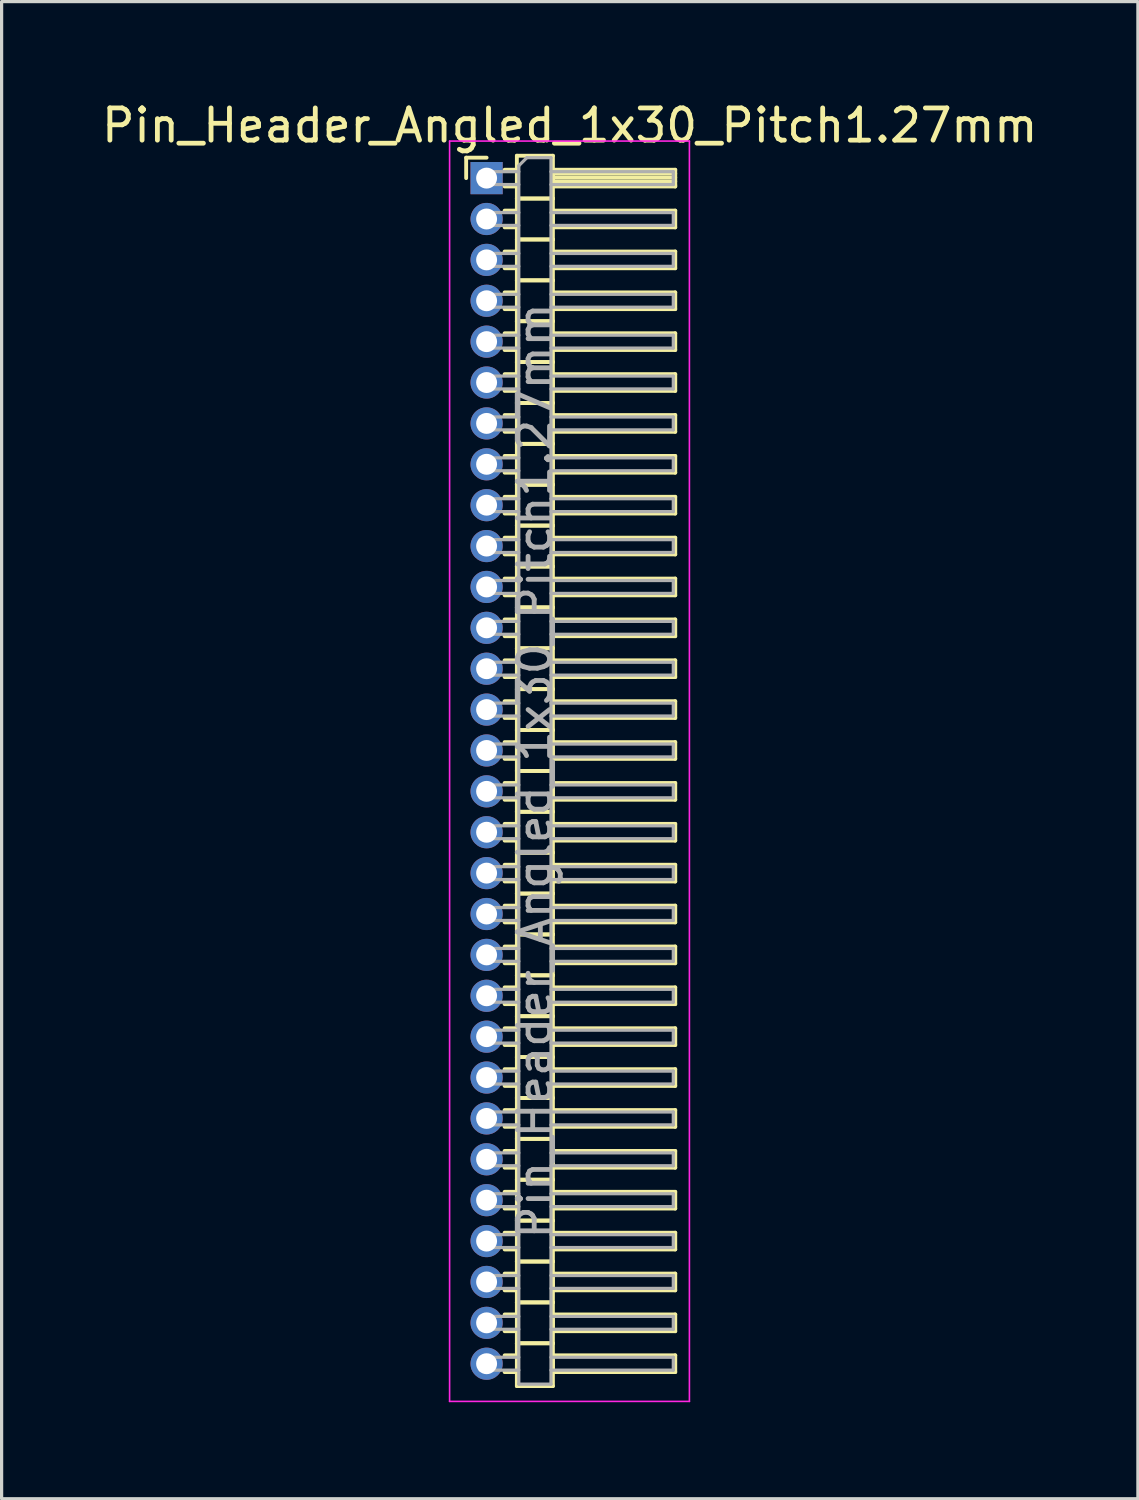
<source format=kicad_pcb>
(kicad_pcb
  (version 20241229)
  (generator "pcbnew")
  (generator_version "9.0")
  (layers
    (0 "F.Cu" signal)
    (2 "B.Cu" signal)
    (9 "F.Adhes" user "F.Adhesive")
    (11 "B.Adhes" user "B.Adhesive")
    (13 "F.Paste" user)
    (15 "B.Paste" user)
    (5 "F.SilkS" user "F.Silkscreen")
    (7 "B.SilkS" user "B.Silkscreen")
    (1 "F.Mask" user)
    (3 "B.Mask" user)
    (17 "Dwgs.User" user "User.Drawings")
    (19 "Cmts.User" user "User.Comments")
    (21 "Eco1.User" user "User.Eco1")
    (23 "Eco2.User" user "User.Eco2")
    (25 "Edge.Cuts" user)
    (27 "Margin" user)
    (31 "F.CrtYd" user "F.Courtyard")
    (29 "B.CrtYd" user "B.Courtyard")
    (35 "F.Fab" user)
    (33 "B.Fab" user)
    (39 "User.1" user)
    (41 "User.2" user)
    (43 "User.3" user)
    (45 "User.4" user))
  (footprint "Pin_Header_Angled_1x30_Pitch1.27mm"
    (layer "F.Cu")
    (at 12.066 2.483)
    (property "Reference" "Pin_Header_Angled_1x30_Pitch1.27mm" (at 2.583 -1.635 0) (layer "F.SilkS") (effects (font (size 1 1) (thickness 0.15))))
    (attr through_hole)
    (fp_line (start -0.635 -0.635) (end 0 -0.635) (stroke (width 0.12) (type solid)) (layer "F.SilkS"))
    (fp_line (start -0.635 0) (end -0.635 -0.635) (stroke (width 0.12) (type solid)) (layer "F.SilkS"))
    (fp_line (start 0.56 -0.26) (end 0.94 -0.26) (stroke (width 0.12) (type solid)) (layer "F.SilkS"))
    (fp_line (start 0.56 0.26) (end 0.94 0.26) (stroke (width 0.12) (type solid)) (layer "F.SilkS"))
    (fp_line (start 0.56 1.01) (end 0.94 1.01) (stroke (width 0.12) (type solid)) (layer "F.SilkS"))
    (fp_line (start 0.56 1.53) (end 0.94 1.53) (stroke (width 0.12) (type solid)) (layer "F.SilkS"))
    (fp_line (start 0.56 2.28) (end 0.94 2.28) (stroke (width 0.12) (type solid)) (layer "F.SilkS"))
    (fp_line (start 0.56 2.8) (end 0.94 2.8) (stroke (width 0.12) (type solid)) (layer "F.SilkS"))
    (fp_line (start 0.56 3.55) (end 0.94 3.55) (stroke (width 0.12) (type solid)) (layer "F.SilkS"))
    (fp_line (start 0.56 4.07) (end 0.94 4.07) (stroke (width 0.12) (type solid)) (layer "F.SilkS"))
    (fp_line (start 0.56 4.82) (end 0.94 4.82) (stroke (width 0.12) (type solid)) (layer "F.SilkS"))
    (fp_line (start 0.56 5.34) (end 0.94 5.34) (stroke (width 0.12) (type solid)) (layer "F.SilkS"))
    (fp_line (start 0.56 6.09) (end 0.94 6.09) (stroke (width 0.12) (type solid)) (layer "F.SilkS"))
    (fp_line (start 0.56 6.61) (end 0.94 6.61) (stroke (width 0.12) (type solid)) (layer "F.SilkS"))
    (fp_line (start 0.56 7.36) (end 0.94 7.36) (stroke (width 0.12) (type solid)) (layer "F.SilkS"))
    (fp_line (start 0.56 7.88) (end 0.94 7.88) (stroke (width 0.12) (type solid)) (layer "F.SilkS"))
    (fp_line (start 0.56 8.63) (end 0.94 8.63) (stroke (width 0.12) (type solid)) (layer "F.SilkS"))
    (fp_line (start 0.56 9.15) (end 0.94 9.15) (stroke (width 0.12) (type solid)) (layer "F.SilkS"))
    (fp_line (start 0.56 9.9) (end 0.94 9.9) (stroke (width 0.12) (type solid)) (layer "F.SilkS"))
    (fp_line (start 0.56 10.42) (end 0.94 10.42) (stroke (width 0.12) (type solid)) (layer "F.SilkS"))
    (fp_line (start 0.56 11.17) (end 0.94 11.17) (stroke (width 0.12) (type solid)) (layer "F.SilkS"))
    (fp_line (start 0.56 11.69) (end 0.94 11.69) (stroke (width 0.12) (type solid)) (layer "F.SilkS"))
    (fp_line (start 0.56 12.44) (end 0.94 12.44) (stroke (width 0.12) (type solid)) (layer "F.SilkS"))
    (fp_line (start 0.56 12.96) (end 0.94 12.96) (stroke (width 0.12) (type solid)) (layer "F.SilkS"))
    (fp_line (start 0.56 13.71) (end 0.94 13.71) (stroke (width 0.12) (type solid)) (layer "F.SilkS"))
    (fp_line (start 0.56 14.23) (end 0.94 14.23) (stroke (width 0.12) (type solid)) (layer "F.SilkS"))
    (fp_line (start 0.56 14.98) (end 0.94 14.98) (stroke (width 0.12) (type solid)) (layer "F.SilkS"))
    (fp_line (start 0.56 15.5) (end 0.94 15.5) (stroke (width 0.12) (type solid)) (layer "F.SilkS"))
    (fp_line (start 0.56 16.25) (end 0.94 16.25) (stroke (width 0.12) (type solid)) (layer "F.SilkS"))
    (fp_line (start 0.56 16.77) (end 0.94 16.77) (stroke (width 0.12) (type solid)) (layer "F.SilkS"))
    (fp_line (start 0.56 17.52) (end 0.94 17.52) (stroke (width 0.12) (type solid)) (layer "F.SilkS"))
    (fp_line (start 0.56 18.04) (end 0.94 18.04) (stroke (width 0.12) (type solid)) (layer "F.SilkS"))
    (fp_line (start 0.56 18.79) (end 0.94 18.79) (stroke (width 0.12) (type solid)) (layer "F.SilkS"))
    (fp_line (start 0.56 19.31) (end 0.94 19.31) (stroke (width 0.12) (type solid)) (layer "F.SilkS"))
    (fp_line (start 0.56 20.06) (end 0.94 20.06) (stroke (width 0.12) (type solid)) (layer "F.SilkS"))
    (fp_line (start 0.56 20.58) (end 0.94 20.58) (stroke (width 0.12) (type solid)) (layer "F.SilkS"))
    (fp_line (start 0.56 21.33) (end 0.94 21.33) (stroke (width 0.12) (type solid)) (layer "F.SilkS"))
    (fp_line (start 0.56 21.85) (end 0.94 21.85) (stroke (width 0.12) (type solid)) (layer "F.SilkS"))
    (fp_line (start 0.56 22.6) (end 0.94 22.6) (stroke (width 0.12) (type solid)) (layer "F.SilkS"))
    (fp_line (start 0.56 23.12) (end 0.94 23.12) (stroke (width 0.12) (type solid)) (layer "F.SilkS"))
    (fp_line (start 0.56 23.87) (end 0.94 23.87) (stroke (width 0.12) (type solid)) (layer "F.SilkS"))
    (fp_line (start 0.56 24.39) (end 0.94 24.39) (stroke (width 0.12) (type solid)) (layer "F.SilkS"))
    (fp_line (start 0.56 25.14) (end 0.94 25.14) (stroke (width 0.12) (type solid)) (layer "F.SilkS"))
    (fp_line (start 0.56 25.66) (end 0.94 25.66) (stroke (width 0.12) (type solid)) (layer "F.SilkS"))
    (fp_line (start 0.56 26.41) (end 0.94 26.41) (stroke (width 0.12) (type solid)) (layer "F.SilkS"))
    (fp_line (start 0.56 26.93) (end 0.94 26.93) (stroke (width 0.12) (type solid)) (layer "F.SilkS"))
    (fp_line (start 0.56 27.68) (end 0.94 27.68) (stroke (width 0.12) (type solid)) (layer "F.SilkS"))
    (fp_line (start 0.56 28.2) (end 0.94 28.2) (stroke (width 0.12) (type solid)) (layer "F.SilkS"))
    (fp_line (start 0.56 28.95) (end 0.94 28.95) (stroke (width 0.12) (type solid)) (layer "F.SilkS"))
    (fp_line (start 0.56 29.47) (end 0.94 29.47) (stroke (width 0.12) (type solid)) (layer "F.SilkS"))
    (fp_line (start 0.56 30.22) (end 0.94 30.22) (stroke (width 0.12) (type solid)) (layer "F.SilkS"))
    (fp_line (start 0.56 30.74) (end 0.94 30.74) (stroke (width 0.12) (type solid)) (layer "F.SilkS"))
    (fp_line (start 0.56 31.49) (end 0.94 31.49) (stroke (width 0.12) (type solid)) (layer "F.SilkS"))
    (fp_line (start 0.56 32.01) (end 0.94 32.01) (stroke (width 0.12) (type solid)) (layer "F.SilkS"))
    (fp_line (start 0.56 32.76) (end 0.94 32.76) (stroke (width 0.12) (type solid)) (layer "F.SilkS"))
    (fp_line (start 0.56 33.28) (end 0.94 33.28) (stroke (width 0.12) (type solid)) (layer "F.SilkS"))
    (fp_line (start 0.56 34.03) (end 0.94 34.03) (stroke (width 0.12) (type solid)) (layer "F.SilkS"))
    (fp_line (start 0.56 34.55) (end 0.94 34.55) (stroke (width 0.12) (type solid)) (layer "F.SilkS"))
    (fp_line (start 0.56 35.3) (end 0.94 35.3) (stroke (width 0.12) (type solid)) (layer "F.SilkS"))
    (fp_line (start 0.56 35.82) (end 0.94 35.82) (stroke (width 0.12) (type solid)) (layer "F.SilkS"))
    (fp_line (start 0.56 36.57) (end 0.94 36.57) (stroke (width 0.12) (type solid)) (layer "F.SilkS"))
    (fp_line (start 0.56 37.09) (end 0.94 37.09) (stroke (width 0.12) (type solid)) (layer "F.SilkS"))
    (fp_line (start 0.94 -0.695) (end 0.94 0.635) (stroke (width 0.12) (type solid)) (layer "F.SilkS"))
    (fp_line (start 0.94 0.635) (end 0.94 1.905) (stroke (width 0.12) (type solid)) (layer "F.SilkS"))
    (fp_line (start 0.94 0.635) (end 2.06 0.635) (stroke (width 0.12) (type solid)) (layer "F.SilkS"))
    (fp_line (start 0.94 1.905) (end 0.94 3.175) (stroke (width 0.12) (type solid)) (layer "F.SilkS"))
    (fp_line (start 0.94 1.905) (end 2.06 1.905) (stroke (width 0.12) (type solid)) (layer "F.SilkS"))
    (fp_line (start 0.94 3.175) (end 0.94 4.445) (stroke (width 0.12) (type solid)) (layer "F.SilkS"))
    (fp_line (start 0.94 3.175) (end 2.06 3.175) (stroke (width 0.12) (type solid)) (layer "F.SilkS"))
    (fp_line (start 0.94 4.445) (end 0.94 5.715) (stroke (width 0.12) (type solid)) (layer "F.SilkS"))
    (fp_line (start 0.94 4.445) (end 2.06 4.445) (stroke (width 0.12) (type solid)) (layer "F.SilkS"))
    (fp_line (start 0.94 5.715) (end 0.94 6.985) (stroke (width 0.12) (type solid)) (layer "F.SilkS"))
    (fp_line (start 0.94 5.715) (end 2.06 5.715) (stroke (width 0.12) (type solid)) (layer "F.SilkS"))
    (fp_line (start 0.94 6.985) (end 0.94 8.255) (stroke (width 0.12) (type solid)) (layer "F.SilkS"))
    (fp_line (start 0.94 6.985) (end 2.06 6.985) (stroke (width 0.12) (type solid)) (layer "F.SilkS"))
    (fp_line (start 0.94 8.255) (end 0.94 9.525) (stroke (width 0.12) (type solid)) (layer "F.SilkS"))
    (fp_line (start 0.94 8.255) (end 2.06 8.255) (stroke (width 0.12) (type solid)) (layer "F.SilkS"))
    (fp_line (start 0.94 9.525) (end 0.94 10.795) (stroke (width 0.12) (type solid)) (layer "F.SilkS"))
    (fp_line (start 0.94 9.525) (end 2.06 9.525) (stroke (width 0.12) (type solid)) (layer "F.SilkS"))
    (fp_line (start 0.94 10.795) (end 0.94 12.065) (stroke (width 0.12) (type solid)) (layer "F.SilkS"))
    (fp_line (start 0.94 10.795) (end 2.06 10.795) (stroke (width 0.12) (type solid)) (layer "F.SilkS"))
    (fp_line (start 0.94 12.065) (end 0.94 13.335) (stroke (width 0.12) (type solid)) (layer "F.SilkS"))
    (fp_line (start 0.94 12.065) (end 2.06 12.065) (stroke (width 0.12) (type solid)) (layer "F.SilkS"))
    (fp_line (start 0.94 13.335) (end 0.94 14.605) (stroke (width 0.12) (type solid)) (layer "F.SilkS"))
    (fp_line (start 0.94 13.335) (end 2.06 13.335) (stroke (width 0.12) (type solid)) (layer "F.SilkS"))
    (fp_line (start 0.94 14.605) (end 0.94 15.875) (stroke (width 0.12) (type solid)) (layer "F.SilkS"))
    (fp_line (start 0.94 14.605) (end 2.06 14.605) (stroke (width 0.12) (type solid)) (layer "F.SilkS"))
    (fp_line (start 0.94 15.875) (end 0.94 17.145) (stroke (width 0.12) (type solid)) (layer "F.SilkS"))
    (fp_line (start 0.94 15.875) (end 2.06 15.875) (stroke (width 0.12) (type solid)) (layer "F.SilkS"))
    (fp_line (start 0.94 17.145) (end 0.94 18.415) (stroke (width 0.12) (type solid)) (layer "F.SilkS"))
    (fp_line (start 0.94 17.145) (end 2.06 17.145) (stroke (width 0.12) (type solid)) (layer "F.SilkS"))
    (fp_line (start 0.94 18.415) (end 0.94 19.685) (stroke (width 0.12) (type solid)) (layer "F.SilkS"))
    (fp_line (start 0.94 18.415) (end 2.06 18.415) (stroke (width 0.12) (type solid)) (layer "F.SilkS"))
    (fp_line (start 0.94 19.685) (end 0.94 20.955) (stroke (width 0.12) (type solid)) (layer "F.SilkS"))
    (fp_line (start 0.94 19.685) (end 2.06 19.685) (stroke (width 0.12) (type solid)) (layer "F.SilkS"))
    (fp_line (start 0.94 20.955) (end 0.94 22.225) (stroke (width 0.12) (type solid)) (layer "F.SilkS"))
    (fp_line (start 0.94 20.955) (end 2.06 20.955) (stroke (width 0.12) (type solid)) (layer "F.SilkS"))
    (fp_line (start 0.94 22.225) (end 0.94 23.495) (stroke (width 0.12) (type solid)) (layer "F.SilkS"))
    (fp_line (start 0.94 22.225) (end 2.06 22.225) (stroke (width 0.12) (type solid)) (layer "F.SilkS"))
    (fp_line (start 0.94 23.495) (end 0.94 24.765) (stroke (width 0.12) (type solid)) (layer "F.SilkS"))
    (fp_line (start 0.94 23.495) (end 2.06 23.495) (stroke (width 0.12) (type solid)) (layer "F.SilkS"))
    (fp_line (start 0.94 24.765) (end 0.94 26.035) (stroke (width 0.12) (type solid)) (layer "F.SilkS"))
    (fp_line (start 0.94 24.765) (end 2.06 24.765) (stroke (width 0.12) (type solid)) (layer "F.SilkS"))
    (fp_line (start 0.94 26.035) (end 0.94 27.305) (stroke (width 0.12) (type solid)) (layer "F.SilkS"))
    (fp_line (start 0.94 26.035) (end 2.06 26.035) (stroke (width 0.12) (type solid)) (layer "F.SilkS"))
    (fp_line (start 0.94 27.305) (end 0.94 28.575) (stroke (width 0.12) (type solid)) (layer "F.SilkS"))
    (fp_line (start 0.94 27.305) (end 2.06 27.305) (stroke (width 0.12) (type solid)) (layer "F.SilkS"))
    (fp_line (start 0.94 28.575) (end 0.94 29.845) (stroke (width 0.12) (type solid)) (layer "F.SilkS"))
    (fp_line (start 0.94 28.575) (end 2.06 28.575) (stroke (width 0.12) (type solid)) (layer "F.SilkS"))
    (fp_line (start 0.94 29.845) (end 0.94 31.115) (stroke (width 0.12) (type solid)) (layer "F.SilkS"))
    (fp_line (start 0.94 29.845) (end 2.06 29.845) (stroke (width 0.12) (type solid)) (layer "F.SilkS"))
    (fp_line (start 0.94 31.115) (end 0.94 32.385) (stroke (width 0.12) (type solid)) (layer "F.SilkS"))
    (fp_line (start 0.94 31.115) (end 2.06 31.115) (stroke (width 0.12) (type solid)) (layer "F.SilkS"))
    (fp_line (start 0.94 32.385) (end 0.94 33.655) (stroke (width 0.12) (type solid)) (layer "F.SilkS"))
    (fp_line (start 0.94 32.385) (end 2.06 32.385) (stroke (width 0.12) (type solid)) (layer "F.SilkS"))
    (fp_line (start 0.94 33.655) (end 0.94 34.925) (stroke (width 0.12) (type solid)) (layer "F.SilkS"))
    (fp_line (start 0.94 33.655) (end 2.06 33.655) (stroke (width 0.12) (type solid)) (layer "F.SilkS"))
    (fp_line (start 0.94 34.925) (end 0.94 36.195) (stroke (width 0.12) (type solid)) (layer "F.SilkS"))
    (fp_line (start 0.94 34.925) (end 2.06 34.925) (stroke (width 0.12) (type solid)) (layer "F.SilkS"))
    (fp_line (start 0.94 36.195) (end 0.94 37.525) (stroke (width 0.12) (type solid)) (layer "F.SilkS"))
    (fp_line (start 0.94 36.195) (end 2.06 36.195) (stroke (width 0.12) (type solid)) (layer "F.SilkS"))
    (fp_line (start 0.94 37.525) (end 2.06 37.525) (stroke (width 0.12) (type solid)) (layer "F.SilkS"))
    (fp_line (start 2.06 -0.695) (end 0.94 -0.695) (stroke (width 0.12) (type solid)) (layer "F.SilkS"))
    (fp_line (start 2.06 -0.26) (end 2.06 0.26) (stroke (width 0.12) (type solid)) (layer "F.SilkS"))
    (fp_line (start 2.06 -0.14) (end 5.86 -0.14) (stroke (width 0.12) (type solid)) (layer "F.SilkS"))
    (fp_line (start 2.06 -0.02) (end 5.86 -0.02) (stroke (width 0.12) (type solid)) (layer "F.SilkS"))
    (fp_line (start 2.06 0.1) (end 5.86 0.1) (stroke (width 0.12) (type solid)) (layer "F.SilkS"))
    (fp_line (start 2.06 0.22) (end 5.86 0.22) (stroke (width 0.12) (type solid)) (layer "F.SilkS"))
    (fp_line (start 2.06 0.26) (end 5.86 0.26) (stroke (width 0.12) (type solid)) (layer "F.SilkS"))
    (fp_line (start 2.06 0.635) (end 0.94 0.635) (stroke (width 0.12) (type solid)) (layer "F.SilkS"))
    (fp_line (start 2.06 0.635) (end 2.06 -0.695) (stroke (width 0.12) (type solid)) (layer "F.SilkS"))
    (fp_line (start 2.06 1.01) (end 2.06 1.53) (stroke (width 0.12) (type solid)) (layer "F.SilkS"))
    (fp_line (start 2.06 1.53) (end 5.86 1.53) (stroke (width 0.12) (type solid)) (layer "F.SilkS"))
    (fp_line (start 2.06 1.905) (end 0.94 1.905) (stroke (width 0.12) (type solid)) (layer "F.SilkS"))
    (fp_line (start 2.06 1.905) (end 2.06 0.635) (stroke (width 0.12) (type solid)) (layer "F.SilkS"))
    (fp_line (start 2.06 2.28) (end 2.06 2.8) (stroke (width 0.12) (type solid)) (layer "F.SilkS"))
    (fp_line (start 2.06 2.8) (end 5.86 2.8) (stroke (width 0.12) (type solid)) (layer "F.SilkS"))
    (fp_line (start 2.06 3.175) (end 0.94 3.175) (stroke (width 0.12) (type solid)) (layer "F.SilkS"))
    (fp_line (start 2.06 3.175) (end 2.06 1.905) (stroke (width 0.12) (type solid)) (layer "F.SilkS"))
    (fp_line (start 2.06 3.55) (end 2.06 4.07) (stroke (width 0.12) (type solid)) (layer "F.SilkS"))
    (fp_line (start 2.06 4.07) (end 5.86 4.07) (stroke (width 0.12) (type solid)) (layer "F.SilkS"))
    (fp_line (start 2.06 4.445) (end 0.94 4.445) (stroke (width 0.12) (type solid)) (layer "F.SilkS"))
    (fp_line (start 2.06 4.445) (end 2.06 3.175) (stroke (width 0.12) (type solid)) (layer "F.SilkS"))
    (fp_line (start 2.06 4.82) (end 2.06 5.34) (stroke (width 0.12) (type solid)) (layer "F.SilkS"))
    (fp_line (start 2.06 5.34) (end 5.86 5.34) (stroke (width 0.12) (type solid)) (layer "F.SilkS"))
    (fp_line (start 2.06 5.715) (end 0.94 5.715) (stroke (width 0.12) (type solid)) (layer "F.SilkS"))
    (fp_line (start 2.06 5.715) (end 2.06 4.445) (stroke (width 0.12) (type solid)) (layer "F.SilkS"))
    (fp_line (start 2.06 6.09) (end 2.06 6.61) (stroke (width 0.12) (type solid)) (layer "F.SilkS"))
    (fp_line (start 2.06 6.61) (end 5.86 6.61) (stroke (width 0.12) (type solid)) (layer "F.SilkS"))
    (fp_line (start 2.06 6.985) (end 0.94 6.985) (stroke (width 0.12) (type solid)) (layer "F.SilkS"))
    (fp_line (start 2.06 6.985) (end 2.06 5.715) (stroke (width 0.12) (type solid)) (layer "F.SilkS"))
    (fp_line (start 2.06 7.36) (end 2.06 7.88) (stroke (width 0.12) (type solid)) (layer "F.SilkS"))
    (fp_line (start 2.06 7.88) (end 5.86 7.88) (stroke (width 0.12) (type solid)) (layer "F.SilkS"))
    (fp_line (start 2.06 8.255) (end 0.94 8.255) (stroke (width 0.12) (type solid)) (layer "F.SilkS"))
    (fp_line (start 2.06 8.255) (end 2.06 6.985) (stroke (width 0.12) (type solid)) (layer "F.SilkS"))
    (fp_line (start 2.06 8.63) (end 2.06 9.15) (stroke (width 0.12) (type solid)) (layer "F.SilkS"))
    (fp_line (start 2.06 9.15) (end 5.86 9.15) (stroke (width 0.12) (type solid)) (layer "F.SilkS"))
    (fp_line (start 2.06 9.525) (end 0.94 9.525) (stroke (width 0.12) (type solid)) (layer "F.SilkS"))
    (fp_line (start 2.06 9.525) (end 2.06 8.255) (stroke (width 0.12) (type solid)) (layer "F.SilkS"))
    (fp_line (start 2.06 9.9) (end 2.06 10.42) (stroke (width 0.12) (type solid)) (layer "F.SilkS"))
    (fp_line (start 2.06 10.42) (end 5.86 10.42) (stroke (width 0.12) (type solid)) (layer "F.SilkS"))
    (fp_line (start 2.06 10.795) (end 0.94 10.795) (stroke (width 0.12) (type solid)) (layer "F.SilkS"))
    (fp_line (start 2.06 10.795) (end 2.06 9.525) (stroke (width 0.12) (type solid)) (layer "F.SilkS"))
    (fp_line (start 2.06 11.17) (end 2.06 11.69) (stroke (width 0.12) (type solid)) (layer "F.SilkS"))
    (fp_line (start 2.06 11.69) (end 5.86 11.69) (stroke (width 0.12) (type solid)) (layer "F.SilkS"))
    (fp_line (start 2.06 12.065) (end 0.94 12.065) (stroke (width 0.12) (type solid)) (layer "F.SilkS"))
    (fp_line (start 2.06 12.065) (end 2.06 10.795) (stroke (width 0.12) (type solid)) (layer "F.SilkS"))
    (fp_line (start 2.06 12.44) (end 2.06 12.96) (stroke (width 0.12) (type solid)) (layer "F.SilkS"))
    (fp_line (start 2.06 12.96) (end 5.86 12.96) (stroke (width 0.12) (type solid)) (layer "F.SilkS"))
    (fp_line (start 2.06 13.335) (end 0.94 13.335) (stroke (width 0.12) (type solid)) (layer "F.SilkS"))
    (fp_line (start 2.06 13.335) (end 2.06 12.065) (stroke (width 0.12) (type solid)) (layer "F.SilkS"))
    (fp_line (start 2.06 13.71) (end 2.06 14.23) (stroke (width 0.12) (type solid)) (layer "F.SilkS"))
    (fp_line (start 2.06 14.23) (end 5.86 14.23) (stroke (width 0.12) (type solid)) (layer "F.SilkS"))
    (fp_line (start 2.06 14.605) (end 0.94 14.605) (stroke (width 0.12) (type solid)) (layer "F.SilkS"))
    (fp_line (start 2.06 14.605) (end 2.06 13.335) (stroke (width 0.12) (type solid)) (layer "F.SilkS"))
    (fp_line (start 2.06 14.98) (end 2.06 15.5) (stroke (width 0.12) (type solid)) (layer "F.SilkS"))
    (fp_line (start 2.06 15.5) (end 5.86 15.5) (stroke (width 0.12) (type solid)) (layer "F.SilkS"))
    (fp_line (start 2.06 15.875) (end 0.94 15.875) (stroke (width 0.12) (type solid)) (layer "F.SilkS"))
    (fp_line (start 2.06 15.875) (end 2.06 14.605) (stroke (width 0.12) (type solid)) (layer "F.SilkS"))
    (fp_line (start 2.06 16.25) (end 2.06 16.77) (stroke (width 0.12) (type solid)) (layer "F.SilkS"))
    (fp_line (start 2.06 16.77) (end 5.86 16.77) (stroke (width 0.12) (type solid)) (layer "F.SilkS"))
    (fp_line (start 2.06 17.145) (end 0.94 17.145) (stroke (width 0.12) (type solid)) (layer "F.SilkS"))
    (fp_line (start 2.06 17.145) (end 2.06 15.875) (stroke (width 0.12) (type solid)) (layer "F.SilkS"))
    (fp_line (start 2.06 17.52) (end 2.06 18.04) (stroke (width 0.12) (type solid)) (layer "F.SilkS"))
    (fp_line (start 2.06 18.04) (end 5.86 18.04) (stroke (width 0.12) (type solid)) (layer "F.SilkS"))
    (fp_line (start 2.06 18.415) (end 0.94 18.415) (stroke (width 0.12) (type solid)) (layer "F.SilkS"))
    (fp_line (start 2.06 18.415) (end 2.06 17.145) (stroke (width 0.12) (type solid)) (layer "F.SilkS"))
    (fp_line (start 2.06 18.79) (end 2.06 19.31) (stroke (width 0.12) (type solid)) (layer "F.SilkS"))
    (fp_line (start 2.06 19.31) (end 5.86 19.31) (stroke (width 0.12) (type solid)) (layer "F.SilkS"))
    (fp_line (start 2.06 19.685) (end 0.94 19.685) (stroke (width 0.12) (type solid)) (layer "F.SilkS"))
    (fp_line (start 2.06 19.685) (end 2.06 18.415) (stroke (width 0.12) (type solid)) (layer "F.SilkS"))
    (fp_line (start 2.06 20.06) (end 2.06 20.58) (stroke (width 0.12) (type solid)) (layer "F.SilkS"))
    (fp_line (start 2.06 20.58) (end 5.86 20.58) (stroke (width 0.12) (type solid)) (layer "F.SilkS"))
    (fp_line (start 2.06 20.955) (end 0.94 20.955) (stroke (width 0.12) (type solid)) (layer "F.SilkS"))
    (fp_line (start 2.06 20.955) (end 2.06 19.685) (stroke (width 0.12) (type solid)) (layer "F.SilkS"))
    (fp_line (start 2.06 21.33) (end 2.06 21.85) (stroke (width 0.12) (type solid)) (layer "F.SilkS"))
    (fp_line (start 2.06 21.85) (end 5.86 21.85) (stroke (width 0.12) (type solid)) (layer "F.SilkS"))
    (fp_line (start 2.06 22.225) (end 0.94 22.225) (stroke (width 0.12) (type solid)) (layer "F.SilkS"))
    (fp_line (start 2.06 22.225) (end 2.06 20.955) (stroke (width 0.12) (type solid)) (layer "F.SilkS"))
    (fp_line (start 2.06 22.6) (end 2.06 23.12) (stroke (width 0.12) (type solid)) (layer "F.SilkS"))
    (fp_line (start 2.06 23.12) (end 5.86 23.12) (stroke (width 0.12) (type solid)) (layer "F.SilkS"))
    (fp_line (start 2.06 23.495) (end 0.94 23.495) (stroke (width 0.12) (type solid)) (layer "F.SilkS"))
    (fp_line (start 2.06 23.495) (end 2.06 22.225) (stroke (width 0.12) (type solid)) (layer "F.SilkS"))
    (fp_line (start 2.06 23.87) (end 2.06 24.39) (stroke (width 0.12) (type solid)) (layer "F.SilkS"))
    (fp_line (start 2.06 24.39) (end 5.86 24.39) (stroke (width 0.12) (type solid)) (layer "F.SilkS"))
    (fp_line (start 2.06 24.765) (end 0.94 24.765) (stroke (width 0.12) (type solid)) (layer "F.SilkS"))
    (fp_line (start 2.06 24.765) (end 2.06 23.495) (stroke (width 0.12) (type solid)) (layer "F.SilkS"))
    (fp_line (start 2.06 25.14) (end 2.06 25.66) (stroke (width 0.12) (type solid)) (layer "F.SilkS"))
    (fp_line (start 2.06 25.66) (end 5.86 25.66) (stroke (width 0.12) (type solid)) (layer "F.SilkS"))
    (fp_line (start 2.06 26.035) (end 0.94 26.035) (stroke (width 0.12) (type solid)) (layer "F.SilkS"))
    (fp_line (start 2.06 26.035) (end 2.06 24.765) (stroke (width 0.12) (type solid)) (layer "F.SilkS"))
    (fp_line (start 2.06 26.41) (end 2.06 26.93) (stroke (width 0.12) (type solid)) (layer "F.SilkS"))
    (fp_line (start 2.06 26.93) (end 5.86 26.93) (stroke (width 0.12) (type solid)) (layer "F.SilkS"))
    (fp_line (start 2.06 27.305) (end 0.94 27.305) (stroke (width 0.12) (type solid)) (layer "F.SilkS"))
    (fp_line (start 2.06 27.305) (end 2.06 26.035) (stroke (width 0.12) (type solid)) (layer "F.SilkS"))
    (fp_line (start 2.06 27.68) (end 2.06 28.2) (stroke (width 0.12) (type solid)) (layer "F.SilkS"))
    (fp_line (start 2.06 28.2) (end 5.86 28.2) (stroke (width 0.12) (type solid)) (layer "F.SilkS"))
    (fp_line (start 2.06 28.575) (end 0.94 28.575) (stroke (width 0.12) (type solid)) (layer "F.SilkS"))
    (fp_line (start 2.06 28.575) (end 2.06 27.305) (stroke (width 0.12) (type solid)) (layer "F.SilkS"))
    (fp_line (start 2.06 28.95) (end 2.06 29.47) (stroke (width 0.12) (type solid)) (layer "F.SilkS"))
    (fp_line (start 2.06 29.47) (end 5.86 29.47) (stroke (width 0.12) (type solid)) (layer "F.SilkS"))
    (fp_line (start 2.06 29.845) (end 0.94 29.845) (stroke (width 0.12) (type solid)) (layer "F.SilkS"))
    (fp_line (start 2.06 29.845) (end 2.06 28.575) (stroke (width 0.12) (type solid)) (layer "F.SilkS"))
    (fp_line (start 2.06 30.22) (end 2.06 30.74) (stroke (width 0.12) (type solid)) (layer "F.SilkS"))
    (fp_line (start 2.06 30.74) (end 5.86 30.74) (stroke (width 0.12) (type solid)) (layer "F.SilkS"))
    (fp_line (start 2.06 31.115) (end 0.94 31.115) (stroke (width 0.12) (type solid)) (layer "F.SilkS"))
    (fp_line (start 2.06 31.115) (end 2.06 29.845) (stroke (width 0.12) (type solid)) (layer "F.SilkS"))
    (fp_line (start 2.06 31.49) (end 2.06 32.01) (stroke (width 0.12) (type solid)) (layer "F.SilkS"))
    (fp_line (start 2.06 32.01) (end 5.86 32.01) (stroke (width 0.12) (type solid)) (layer "F.SilkS"))
    (fp_line (start 2.06 32.385) (end 0.94 32.385) (stroke (width 0.12) (type solid)) (layer "F.SilkS"))
    (fp_line (start 2.06 32.385) (end 2.06 31.115) (stroke (width 0.12) (type solid)) (layer "F.SilkS"))
    (fp_line (start 2.06 32.76) (end 2.06 33.28) (stroke (width 0.12) (type solid)) (layer "F.SilkS"))
    (fp_line (start 2.06 33.28) (end 5.86 33.28) (stroke (width 0.12) (type solid)) (layer "F.SilkS"))
    (fp_line (start 2.06 33.655) (end 0.94 33.655) (stroke (width 0.12) (type solid)) (layer "F.SilkS"))
    (fp_line (start 2.06 33.655) (end 2.06 32.385) (stroke (width 0.12) (type solid)) (layer "F.SilkS"))
    (fp_line (start 2.06 34.03) (end 2.06 34.55) (stroke (width 0.12) (type solid)) (layer "F.SilkS"))
    (fp_line (start 2.06 34.55) (end 5.86 34.55) (stroke (width 0.12) (type solid)) (layer "F.SilkS"))
    (fp_line (start 2.06 34.925) (end 0.94 34.925) (stroke (width 0.12) (type solid)) (layer "F.SilkS"))
    (fp_line (start 2.06 34.925) (end 2.06 33.655) (stroke (width 0.12) (type solid)) (layer "F.SilkS"))
    (fp_line (start 2.06 35.3) (end 2.06 35.82) (stroke (width 0.12) (type solid)) (layer "F.SilkS"))
    (fp_line (start 2.06 35.82) (end 5.86 35.82) (stroke (width 0.12) (type solid)) (layer "F.SilkS"))
    (fp_line (start 2.06 36.195) (end 0.94 36.195) (stroke (width 0.12) (type solid)) (layer "F.SilkS"))
    (fp_line (start 2.06 36.195) (end 2.06 34.925) (stroke (width 0.12) (type solid)) (layer "F.SilkS"))
    (fp_line (start 2.06 36.57) (end 2.06 37.09) (stroke (width 0.12) (type solid)) (layer "F.SilkS"))
    (fp_line (start 2.06 37.09) (end 5.86 37.09) (stroke (width 0.12) (type solid)) (layer "F.SilkS"))
    (fp_line (start 2.06 37.525) (end 2.06 36.195) (stroke (width 0.12) (type solid)) (layer "F.SilkS"))
    (fp_line (start 5.86 -0.26) (end 2.06 -0.26) (stroke (width 0.12) (type solid)) (layer "F.SilkS"))
    (fp_line (start 5.86 0.26) (end 5.86 -0.26) (stroke (width 0.12) (type solid)) (layer "F.SilkS"))
    (fp_line (start 5.86 1.01) (end 2.06 1.01) (stroke (width 0.12) (type solid)) (layer "F.SilkS"))
    (fp_line (start 5.86 1.53) (end 5.86 1.01) (stroke (width 0.12) (type solid)) (layer "F.SilkS"))
    (fp_line (start 5.86 2.28) (end 2.06 2.28) (stroke (width 0.12) (type solid)) (layer "F.SilkS"))
    (fp_line (start 5.86 2.8) (end 5.86 2.28) (stroke (width 0.12) (type solid)) (layer "F.SilkS"))
    (fp_line (start 5.86 3.55) (end 2.06 3.55) (stroke (width 0.12) (type solid)) (layer "F.SilkS"))
    (fp_line (start 5.86 4.07) (end 5.86 3.55) (stroke (width 0.12) (type solid)) (layer "F.SilkS"))
    (fp_line (start 5.86 4.82) (end 2.06 4.82) (stroke (width 0.12) (type solid)) (layer "F.SilkS"))
    (fp_line (start 5.86 5.34) (end 5.86 4.82) (stroke (width 0.12) (type solid)) (layer "F.SilkS"))
    (fp_line (start 5.86 6.09) (end 2.06 6.09) (stroke (width 0.12) (type solid)) (layer "F.SilkS"))
    (fp_line (start 5.86 6.61) (end 5.86 6.09) (stroke (width 0.12) (type solid)) (layer "F.SilkS"))
    (fp_line (start 5.86 7.36) (end 2.06 7.36) (stroke (width 0.12) (type solid)) (layer "F.SilkS"))
    (fp_line (start 5.86 7.88) (end 5.86 7.36) (stroke (width 0.12) (type solid)) (layer "F.SilkS"))
    (fp_line (start 5.86 8.63) (end 2.06 8.63) (stroke (width 0.12) (type solid)) (layer "F.SilkS"))
    (fp_line (start 5.86 9.15) (end 5.86 8.63) (stroke (width 0.12) (type solid)) (layer "F.SilkS"))
    (fp_line (start 5.86 9.9) (end 2.06 9.9) (stroke (width 0.12) (type solid)) (layer "F.SilkS"))
    (fp_line (start 5.86 10.42) (end 5.86 9.9) (stroke (width 0.12) (type solid)) (layer "F.SilkS"))
    (fp_line (start 5.86 11.17) (end 2.06 11.17) (stroke (width 0.12) (type solid)) (layer "F.SilkS"))
    (fp_line (start 5.86 11.69) (end 5.86 11.17) (stroke (width 0.12) (type solid)) (layer "F.SilkS"))
    (fp_line (start 5.86 12.44) (end 2.06 12.44) (stroke (width 0.12) (type solid)) (layer "F.SilkS"))
    (fp_line (start 5.86 12.96) (end 5.86 12.44) (stroke (width 0.12) (type solid)) (layer "F.SilkS"))
    (fp_line (start 5.86 13.71) (end 2.06 13.71) (stroke (width 0.12) (type solid)) (layer "F.SilkS"))
    (fp_line (start 5.86 14.23) (end 5.86 13.71) (stroke (width 0.12) (type solid)) (layer "F.SilkS"))
    (fp_line (start 5.86 14.98) (end 2.06 14.98) (stroke (width 0.12) (type solid)) (layer "F.SilkS"))
    (fp_line (start 5.86 15.5) (end 5.86 14.98) (stroke (width 0.12) (type solid)) (layer "F.SilkS"))
    (fp_line (start 5.86 16.25) (end 2.06 16.25) (stroke (width 0.12) (type solid)) (layer "F.SilkS"))
    (fp_line (start 5.86 16.77) (end 5.86 16.25) (stroke (width 0.12) (type solid)) (layer "F.SilkS"))
    (fp_line (start 5.86 17.52) (end 2.06 17.52) (stroke (width 0.12) (type solid)) (layer "F.SilkS"))
    (fp_line (start 5.86 18.04) (end 5.86 17.52) (stroke (width 0.12) (type solid)) (layer "F.SilkS"))
    (fp_line (start 5.86 18.79) (end 2.06 18.79) (stroke (width 0.12) (type solid)) (layer "F.SilkS"))
    (fp_line (start 5.86 19.31) (end 5.86 18.79) (stroke (width 0.12) (type solid)) (layer "F.SilkS"))
    (fp_line (start 5.86 20.06) (end 2.06 20.06) (stroke (width 0.12) (type solid)) (layer "F.SilkS"))
    (fp_line (start 5.86 20.58) (end 5.86 20.06) (stroke (width 0.12) (type solid)) (layer "F.SilkS"))
    (fp_line (start 5.86 21.33) (end 2.06 21.33) (stroke (width 0.12) (type solid)) (layer "F.SilkS"))
    (fp_line (start 5.86 21.85) (end 5.86 21.33) (stroke (width 0.12) (type solid)) (layer "F.SilkS"))
    (fp_line (start 5.86 22.6) (end 2.06 22.6) (stroke (width 0.12) (type solid)) (layer "F.SilkS"))
    (fp_line (start 5.86 23.12) (end 5.86 22.6) (stroke (width 0.12) (type solid)) (layer "F.SilkS"))
    (fp_line (start 5.86 23.87) (end 2.06 23.87) (stroke (width 0.12) (type solid)) (layer "F.SilkS"))
    (fp_line (start 5.86 24.39) (end 5.86 23.87) (stroke (width 0.12) (type solid)) (layer "F.SilkS"))
    (fp_line (start 5.86 25.14) (end 2.06 25.14) (stroke (width 0.12) (type solid)) (layer "F.SilkS"))
    (fp_line (start 5.86 25.66) (end 5.86 25.14) (stroke (width 0.12) (type solid)) (layer "F.SilkS"))
    (fp_line (start 5.86 26.41) (end 2.06 26.41) (stroke (width 0.12) (type solid)) (layer "F.SilkS"))
    (fp_line (start 5.86 26.93) (end 5.86 26.41) (stroke (width 0.12) (type solid)) (layer "F.SilkS"))
    (fp_line (start 5.86 27.68) (end 2.06 27.68) (stroke (width 0.12) (type solid)) (layer "F.SilkS"))
    (fp_line (start 5.86 28.2) (end 5.86 27.68) (stroke (width 0.12) (type solid)) (layer "F.SilkS"))
    (fp_line (start 5.86 28.95) (end 2.06 28.95) (stroke (width 0.12) (type solid)) (layer "F.SilkS"))
    (fp_line (start 5.86 29.47) (end 5.86 28.95) (stroke (width 0.12) (type solid)) (layer "F.SilkS"))
    (fp_line (start 5.86 30.22) (end 2.06 30.22) (stroke (width 0.12) (type solid)) (layer "F.SilkS"))
    (fp_line (start 5.86 30.74) (end 5.86 30.22) (stroke (width 0.12) (type solid)) (layer "F.SilkS"))
    (fp_line (start 5.86 31.49) (end 2.06 31.49) (stroke (width 0.12) (type solid)) (layer "F.SilkS"))
    (fp_line (start 5.86 32.01) (end 5.86 31.49) (stroke (width 0.12) (type solid)) (layer "F.SilkS"))
    (fp_line (start 5.86 32.76) (end 2.06 32.76) (stroke (width 0.12) (type solid)) (layer "F.SilkS"))
    (fp_line (start 5.86 33.28) (end 5.86 32.76) (stroke (width 0.12) (type solid)) (layer "F.SilkS"))
    (fp_line (start 5.86 34.03) (end 2.06 34.03) (stroke (width 0.12) (type solid)) (layer "F.SilkS"))
    (fp_line (start 5.86 34.55) (end 5.86 34.03) (stroke (width 0.12) (type solid)) (layer "F.SilkS"))
    (fp_line (start 5.86 35.3) (end 2.06 35.3) (stroke (width 0.12) (type solid)) (layer "F.SilkS"))
    (fp_line (start 5.86 35.82) (end 5.86 35.3) (stroke (width 0.12) (type solid)) (layer "F.SilkS"))
    (fp_line (start 5.86 36.57) (end 2.06 36.57) (stroke (width 0.12) (type solid)) (layer "F.SilkS"))
    (fp_line (start 5.86 37.09) (end 5.86 36.57) (stroke (width 0.12) (type solid)) (layer "F.SilkS"))
    (fp_line (start -1.15 -1.15) (end -1.15 38) (stroke (width 0.05) (type solid)) (layer "F.CrtYd"))
    (fp_line (start -1.15 38) (end 6.3 38) (stroke (width 0.05) (type solid)) (layer "F.CrtYd"))
    (fp_line (start 6.3 -1.15) (end -1.15 -1.15) (stroke (width 0.05) (type solid)) (layer "F.CrtYd"))
    (fp_line (start 6.3 38) (end 6.3 -1.15) (stroke (width 0.05) (type solid)) (layer "F.CrtYd"))
    (fp_line (start -0.2 -0.2) (end -0.2 0.2) (stroke (width 0.1) (type solid)) (layer "F.Fab"))
    (fp_line (start -0.2 -0.2) (end 1 -0.2) (stroke (width 0.1) (type solid)) (layer "F.Fab"))
    (fp_line (start -0.2 0.2) (end 1 0.2) (stroke (width 0.1) (type solid)) (layer "F.Fab"))
    (fp_line (start -0.2 1.07) (end -0.2 1.47) (stroke (width 0.1) (type solid)) (layer "F.Fab"))
    (fp_line (start -0.2 1.07) (end 1 1.07) (stroke (width 0.1) (type solid)) (layer "F.Fab"))
    (fp_line (start -0.2 1.47) (end 1 1.47) (stroke (width 0.1) (type solid)) (layer "F.Fab"))
    (fp_line (start -0.2 2.34) (end -0.2 2.74) (stroke (width 0.1) (type solid)) (layer "F.Fab"))
    (fp_line (start -0.2 2.34) (end 1 2.34) (stroke (width 0.1) (type solid)) (layer "F.Fab"))
    (fp_line (start -0.2 2.74) (end 1 2.74) (stroke (width 0.1) (type solid)) (layer "F.Fab"))
    (fp_line (start -0.2 3.61) (end -0.2 4.01) (stroke (width 0.1) (type solid)) (layer "F.Fab"))
    (fp_line (start -0.2 3.61) (end 1 3.61) (stroke (width 0.1) (type solid)) (layer "F.Fab"))
    (fp_line (start -0.2 4.01) (end 1 4.01) (stroke (width 0.1) (type solid)) (layer "F.Fab"))
    (fp_line (start -0.2 4.88) (end -0.2 5.28) (stroke (width 0.1) (type solid)) (layer "F.Fab"))
    (fp_line (start -0.2 4.88) (end 1 4.88) (stroke (width 0.1) (type solid)) (layer "F.Fab"))
    (fp_line (start -0.2 5.28) (end 1 5.28) (stroke (width 0.1) (type solid)) (layer "F.Fab"))
    (fp_line (start -0.2 6.15) (end -0.2 6.55) (stroke (width 0.1) (type solid)) (layer "F.Fab"))
    (fp_line (start -0.2 6.15) (end 1 6.15) (stroke (width 0.1) (type solid)) (layer "F.Fab"))
    (fp_line (start -0.2 6.55) (end 1 6.55) (stroke (width 0.1) (type solid)) (layer "F.Fab"))
    (fp_line (start -0.2 7.42) (end -0.2 7.82) (stroke (width 0.1) (type solid)) (layer "F.Fab"))
    (fp_line (start -0.2 7.42) (end 1 7.42) (stroke (width 0.1) (type solid)) (layer "F.Fab"))
    (fp_line (start -0.2 7.82) (end 1 7.82) (stroke (width 0.1) (type solid)) (layer "F.Fab"))
    (fp_line (start -0.2 8.69) (end -0.2 9.09) (stroke (width 0.1) (type solid)) (layer "F.Fab"))
    (fp_line (start -0.2 8.69) (end 1 8.69) (stroke (width 0.1) (type solid)) (layer "F.Fab"))
    (fp_line (start -0.2 9.09) (end 1 9.09) (stroke (width 0.1) (type solid)) (layer "F.Fab"))
    (fp_line (start -0.2 9.96) (end -0.2 10.36) (stroke (width 0.1) (type solid)) (layer "F.Fab"))
    (fp_line (start -0.2 9.96) (end 1 9.96) (stroke (width 0.1) (type solid)) (layer "F.Fab"))
    (fp_line (start -0.2 10.36) (end 1 10.36) (stroke (width 0.1) (type solid)) (layer "F.Fab"))
    (fp_line (start -0.2 11.23) (end -0.2 11.63) (stroke (width 0.1) (type solid)) (layer "F.Fab"))
    (fp_line (start -0.2 11.23) (end 1 11.23) (stroke (width 0.1) (type solid)) (layer "F.Fab"))
    (fp_line (start -0.2 11.63) (end 1 11.63) (stroke (width 0.1) (type solid)) (layer "F.Fab"))
    (fp_line (start -0.2 12.5) (end -0.2 12.9) (stroke (width 0.1) (type solid)) (layer "F.Fab"))
    (fp_line (start -0.2 12.5) (end 1 12.5) (stroke (width 0.1) (type solid)) (layer "F.Fab"))
    (fp_line (start -0.2 12.9) (end 1 12.9) (stroke (width 0.1) (type solid)) (layer "F.Fab"))
    (fp_line (start -0.2 13.77) (end -0.2 14.17) (stroke (width 0.1) (type solid)) (layer "F.Fab"))
    (fp_line (start -0.2 13.77) (end 1 13.77) (stroke (width 0.1) (type solid)) (layer "F.Fab"))
    (fp_line (start -0.2 14.17) (end 1 14.17) (stroke (width 0.1) (type solid)) (layer "F.Fab"))
    (fp_line (start -0.2 15.04) (end -0.2 15.44) (stroke (width 0.1) (type solid)) (layer "F.Fab"))
    (fp_line (start -0.2 15.04) (end 1 15.04) (stroke (width 0.1) (type solid)) (layer "F.Fab"))
    (fp_line (start -0.2 15.44) (end 1 15.44) (stroke (width 0.1) (type solid)) (layer "F.Fab"))
    (fp_line (start -0.2 16.31) (end -0.2 16.71) (stroke (width 0.1) (type solid)) (layer "F.Fab"))
    (fp_line (start -0.2 16.31) (end 1 16.31) (stroke (width 0.1) (type solid)) (layer "F.Fab"))
    (fp_line (start -0.2 16.71) (end 1 16.71) (stroke (width 0.1) (type solid)) (layer "F.Fab"))
    (fp_line (start -0.2 17.58) (end -0.2 17.98) (stroke (width 0.1) (type solid)) (layer "F.Fab"))
    (fp_line (start -0.2 17.58) (end 1 17.58) (stroke (width 0.1) (type solid)) (layer "F.Fab"))
    (fp_line (start -0.2 17.98) (end 1 17.98) (stroke (width 0.1) (type solid)) (layer "F.Fab"))
    (fp_line (start -0.2 18.85) (end -0.2 19.25) (stroke (width 0.1) (type solid)) (layer "F.Fab"))
    (fp_line (start -0.2 18.85) (end 1 18.85) (stroke (width 0.1) (type solid)) (layer "F.Fab"))
    (fp_line (start -0.2 19.25) (end 1 19.25) (stroke (width 0.1) (type solid)) (layer "F.Fab"))
    (fp_line (start -0.2 20.12) (end -0.2 20.52) (stroke (width 0.1) (type solid)) (layer "F.Fab"))
    (fp_line (start -0.2 20.12) (end 1 20.12) (stroke (width 0.1) (type solid)) (layer "F.Fab"))
    (fp_line (start -0.2 20.52) (end 1 20.52) (stroke (width 0.1) (type solid)) (layer "F.Fab"))
    (fp_line (start -0.2 21.39) (end -0.2 21.79) (stroke (width 0.1) (type solid)) (layer "F.Fab"))
    (fp_line (start -0.2 21.39) (end 1 21.39) (stroke (width 0.1) (type solid)) (layer "F.Fab"))
    (fp_line (start -0.2 21.79) (end 1 21.79) (stroke (width 0.1) (type solid)) (layer "F.Fab"))
    (fp_line (start -0.2 22.66) (end -0.2 23.06) (stroke (width 0.1) (type solid)) (layer "F.Fab"))
    (fp_line (start -0.2 22.66) (end 1 22.66) (stroke (width 0.1) (type solid)) (layer "F.Fab"))
    (fp_line (start -0.2 23.06) (end 1 23.06) (stroke (width 0.1) (type solid)) (layer "F.Fab"))
    (fp_line (start -0.2 23.93) (end -0.2 24.33) (stroke (width 0.1) (type solid)) (layer "F.Fab"))
    (fp_line (start -0.2 23.93) (end 1 23.93) (stroke (width 0.1) (type solid)) (layer "F.Fab"))
    (fp_line (start -0.2 24.33) (end 1 24.33) (stroke (width 0.1) (type solid)) (layer "F.Fab"))
    (fp_line (start -0.2 25.2) (end -0.2 25.6) (stroke (width 0.1) (type solid)) (layer "F.Fab"))
    (fp_line (start -0.2 25.2) (end 1 25.2) (stroke (width 0.1) (type solid)) (layer "F.Fab"))
    (fp_line (start -0.2 25.6) (end 1 25.6) (stroke (width 0.1) (type solid)) (layer "F.Fab"))
    (fp_line (start -0.2 26.47) (end -0.2 26.87) (stroke (width 0.1) (type solid)) (layer "F.Fab"))
    (fp_line (start -0.2 26.47) (end 1 26.47) (stroke (width 0.1) (type solid)) (layer "F.Fab"))
    (fp_line (start -0.2 26.87) (end 1 26.87) (stroke (width 0.1) (type solid)) (layer "F.Fab"))
    (fp_line (start -0.2 27.74) (end -0.2 28.14) (stroke (width 0.1) (type solid)) (layer "F.Fab"))
    (fp_line (start -0.2 27.74) (end 1 27.74) (stroke (width 0.1) (type solid)) (layer "F.Fab"))
    (fp_line (start -0.2 28.14) (end 1 28.14) (stroke (width 0.1) (type solid)) (layer "F.Fab"))
    (fp_line (start -0.2 29.01) (end -0.2 29.41) (stroke (width 0.1) (type solid)) (layer "F.Fab"))
    (fp_line (start -0.2 29.01) (end 1 29.01) (stroke (width 0.1) (type solid)) (layer "F.Fab"))
    (fp_line (start -0.2 29.41) (end 1 29.41) (stroke (width 0.1) (type solid)) (layer "F.Fab"))
    (fp_line (start -0.2 30.28) (end -0.2 30.68) (stroke (width 0.1) (type solid)) (layer "F.Fab"))
    (fp_line (start -0.2 30.28) (end 1 30.28) (stroke (width 0.1) (type solid)) (layer "F.Fab"))
    (fp_line (start -0.2 30.68) (end 1 30.68) (stroke (width 0.1) (type solid)) (layer "F.Fab"))
    (fp_line (start -0.2 31.55) (end -0.2 31.95) (stroke (width 0.1) (type solid)) (layer "F.Fab"))
    (fp_line (start -0.2 31.55) (end 1 31.55) (stroke (width 0.1) (type solid)) (layer "F.Fab"))
    (fp_line (start -0.2 31.95) (end 1 31.95) (stroke (width 0.1) (type solid)) (layer "F.Fab"))
    (fp_line (start -0.2 32.82) (end -0.2 33.22) (stroke (width 0.1) (type solid)) (layer "F.Fab"))
    (fp_line (start -0.2 32.82) (end 1 32.82) (stroke (width 0.1) (type solid)) (layer "F.Fab"))
    (fp_line (start -0.2 33.22) (end 1 33.22) (stroke (width 0.1) (type solid)) (layer "F.Fab"))
    (fp_line (start -0.2 34.09) (end -0.2 34.49) (stroke (width 0.1) (type solid)) (layer "F.Fab"))
    (fp_line (start -0.2 34.09) (end 1 34.09) (stroke (width 0.1) (type solid)) (layer "F.Fab"))
    (fp_line (start -0.2 34.49) (end 1 34.49) (stroke (width 0.1) (type solid)) (layer "F.Fab"))
    (fp_line (start -0.2 35.36) (end -0.2 35.76) (stroke (width 0.1) (type solid)) (layer "F.Fab"))
    (fp_line (start -0.2 35.36) (end 1 35.36) (stroke (width 0.1) (type solid)) (layer "F.Fab"))
    (fp_line (start -0.2 35.76) (end 1 35.76) (stroke (width 0.1) (type solid)) (layer "F.Fab"))
    (fp_line (start -0.2 36.63) (end -0.2 37.03) (stroke (width 0.1) (type solid)) (layer "F.Fab"))
    (fp_line (start -0.2 36.63) (end 1 36.63) (stroke (width 0.1) (type solid)) (layer "F.Fab"))
    (fp_line (start -0.2 37.03) (end 1 37.03) (stroke (width 0.1) (type solid)) (layer "F.Fab"))
    (fp_line (start 1 -0.385) (end 1.25 -0.635) (stroke (width 0.1) (type solid)) (layer "F.Fab"))
    (fp_line (start 1 37.465) (end 1 -0.385) (stroke (width 0.1) (type solid)) (layer "F.Fab"))
    (fp_line (start 1.25 -0.635) (end 2 -0.635) (stroke (width 0.1) (type solid)) (layer "F.Fab"))
    (fp_line (start 2 -0.635) (end 2 37.465) (stroke (width 0.1) (type solid)) (layer "F.Fab"))
    (fp_line (start 2 -0.2) (end 5.8 -0.2) (stroke (width 0.1) (type solid)) (layer "F.Fab"))
    (fp_line (start 2 0.2) (end 5.8 0.2) (stroke (width 0.1) (type solid)) (layer "F.Fab"))
    (fp_line (start 2 1.07) (end 5.8 1.07) (stroke (width 0.1) (type solid)) (layer "F.Fab"))
    (fp_line (start 2 1.47) (end 5.8 1.47) (stroke (width 0.1) (type solid)) (layer "F.Fab"))
    (fp_line (start 2 2.34) (end 5.8 2.34) (stroke (width 0.1) (type solid)) (layer "F.Fab"))
    (fp_line (start 2 2.74) (end 5.8 2.74) (stroke (width 0.1) (type solid)) (layer "F.Fab"))
    (fp_line (start 2 3.61) (end 5.8 3.61) (stroke (width 0.1) (type solid)) (layer "F.Fab"))
    (fp_line (start 2 4.01) (end 5.8 4.01) (stroke (width 0.1) (type solid)) (layer "F.Fab"))
    (fp_line (start 2 4.88) (end 5.8 4.88) (stroke (width 0.1) (type solid)) (layer "F.Fab"))
    (fp_line (start 2 5.28) (end 5.8 5.28) (stroke (width 0.1) (type solid)) (layer "F.Fab"))
    (fp_line (start 2 6.15) (end 5.8 6.15) (stroke (width 0.1) (type solid)) (layer "F.Fab"))
    (fp_line (start 2 6.55) (end 5.8 6.55) (stroke (width 0.1) (type solid)) (layer "F.Fab"))
    (fp_line (start 2 7.42) (end 5.8 7.42) (stroke (width 0.1) (type solid)) (layer "F.Fab"))
    (fp_line (start 2 7.82) (end 5.8 7.82) (stroke (width 0.1) (type solid)) (layer "F.Fab"))
    (fp_line (start 2 8.69) (end 5.8 8.69) (stroke (width 0.1) (type solid)) (layer "F.Fab"))
    (fp_line (start 2 9.09) (end 5.8 9.09) (stroke (width 0.1) (type solid)) (layer "F.Fab"))
    (fp_line (start 2 9.96) (end 5.8 9.96) (stroke (width 0.1) (type solid)) (layer "F.Fab"))
    (fp_line (start 2 10.36) (end 5.8 10.36) (stroke (width 0.1) (type solid)) (layer "F.Fab"))
    (fp_line (start 2 11.23) (end 5.8 11.23) (stroke (width 0.1) (type solid)) (layer "F.Fab"))
    (fp_line (start 2 11.63) (end 5.8 11.63) (stroke (width 0.1) (type solid)) (layer "F.Fab"))
    (fp_line (start 2 12.5) (end 5.8 12.5) (stroke (width 0.1) (type solid)) (layer "F.Fab"))
    (fp_line (start 2 12.9) (end 5.8 12.9) (stroke (width 0.1) (type solid)) (layer "F.Fab"))
    (fp_line (start 2 13.77) (end 5.8 13.77) (stroke (width 0.1) (type solid)) (layer "F.Fab"))
    (fp_line (start 2 14.17) (end 5.8 14.17) (stroke (width 0.1) (type solid)) (layer "F.Fab"))
    (fp_line (start 2 15.04) (end 5.8 15.04) (stroke (width 0.1) (type solid)) (layer "F.Fab"))
    (fp_line (start 2 15.44) (end 5.8 15.44) (stroke (width 0.1) (type solid)) (layer "F.Fab"))
    (fp_line (start 2 16.31) (end 5.8 16.31) (stroke (width 0.1) (type solid)) (layer "F.Fab"))
    (fp_line (start 2 16.71) (end 5.8 16.71) (stroke (width 0.1) (type solid)) (layer "F.Fab"))
    (fp_line (start 2 17.58) (end 5.8 17.58) (stroke (width 0.1) (type solid)) (layer "F.Fab"))
    (fp_line (start 2 17.98) (end 5.8 17.98) (stroke (width 0.1) (type solid)) (layer "F.Fab"))
    (fp_line (start 2 18.85) (end 5.8 18.85) (stroke (width 0.1) (type solid)) (layer "F.Fab"))
    (fp_line (start 2 19.25) (end 5.8 19.25) (stroke (width 0.1) (type solid)) (layer "F.Fab"))
    (fp_line (start 2 20.12) (end 5.8 20.12) (stroke (width 0.1) (type solid)) (layer "F.Fab"))
    (fp_line (start 2 20.52) (end 5.8 20.52) (stroke (width 0.1) (type solid)) (layer "F.Fab"))
    (fp_line (start 2 21.39) (end 5.8 21.39) (stroke (width 0.1) (type solid)) (layer "F.Fab"))
    (fp_line (start 2 21.79) (end 5.8 21.79) (stroke (width 0.1) (type solid)) (layer "F.Fab"))
    (fp_line (start 2 22.66) (end 5.8 22.66) (stroke (width 0.1) (type solid)) (layer "F.Fab"))
    (fp_line (start 2 23.06) (end 5.8 23.06) (stroke (width 0.1) (type solid)) (layer "F.Fab"))
    (fp_line (start 2 23.93) (end 5.8 23.93) (stroke (width 0.1) (type solid)) (layer "F.Fab"))
    (fp_line (start 2 24.33) (end 5.8 24.33) (stroke (width 0.1) (type solid)) (layer "F.Fab"))
    (fp_line (start 2 25.2) (end 5.8 25.2) (stroke (width 0.1) (type solid)) (layer "F.Fab"))
    (fp_line (start 2 25.6) (end 5.8 25.6) (stroke (width 0.1) (type solid)) (layer "F.Fab"))
    (fp_line (start 2 26.47) (end 5.8 26.47) (stroke (width 0.1) (type solid)) (layer "F.Fab"))
    (fp_line (start 2 26.87) (end 5.8 26.87) (stroke (width 0.1) (type solid)) (layer "F.Fab"))
    (fp_line (start 2 27.74) (end 5.8 27.74) (stroke (width 0.1) (type solid)) (layer "F.Fab"))
    (fp_line (start 2 28.14) (end 5.8 28.14) (stroke (width 0.1) (type solid)) (layer "F.Fab"))
    (fp_line (start 2 29.01) (end 5.8 29.01) (stroke (width 0.1) (type solid)) (layer "F.Fab"))
    (fp_line (start 2 29.41) (end 5.8 29.41) (stroke (width 0.1) (type solid)) (layer "F.Fab"))
    (fp_line (start 2 30.28) (end 5.8 30.28) (stroke (width 0.1) (type solid)) (layer "F.Fab"))
    (fp_line (start 2 30.68) (end 5.8 30.68) (stroke (width 0.1) (type solid)) (layer "F.Fab"))
    (fp_line (start 2 31.55) (end 5.8 31.55) (stroke (width 0.1) (type solid)) (layer "F.Fab"))
    (fp_line (start 2 31.95) (end 5.8 31.95) (stroke (width 0.1) (type solid)) (layer "F.Fab"))
    (fp_line (start 2 32.82) (end 5.8 32.82) (stroke (width 0.1) (type solid)) (layer "F.Fab"))
    (fp_line (start 2 33.22) (end 5.8 33.22) (stroke (width 0.1) (type solid)) (layer "F.Fab"))
    (fp_line (start 2 34.09) (end 5.8 34.09) (stroke (width 0.1) (type solid)) (layer "F.Fab"))
    (fp_line (start 2 34.49) (end 5.8 34.49) (stroke (width 0.1) (type solid)) (layer "F.Fab"))
    (fp_line (start 2 35.36) (end 5.8 35.36) (stroke (width 0.1) (type solid)) (layer "F.Fab"))
    (fp_line (start 2 35.76) (end 5.8 35.76) (stroke (width 0.1) (type solid)) (layer "F.Fab"))
    (fp_line (start 2 36.63) (end 5.8 36.63) (stroke (width 0.1) (type solid)) (layer "F.Fab"))
    (fp_line (start 2 37.03) (end 5.8 37.03) (stroke (width 0.1) (type solid)) (layer "F.Fab"))
    (fp_line (start 2 37.465) (end 1 37.465) (stroke (width 0.1) (type solid)) (layer "F.Fab"))
    (fp_line (start 5.8 -0.2) (end 5.8 0.2) (stroke (width 0.1) (type solid)) (layer "F.Fab"))
    (fp_line (start 5.8 1.07) (end 5.8 1.47) (stroke (width 0.1) (type solid)) (layer "F.Fab"))
    (fp_line (start 5.8 2.34) (end 5.8 2.74) (stroke (width 0.1) (type solid)) (layer "F.Fab"))
    (fp_line (start 5.8 3.61) (end 5.8 4.01) (stroke (width 0.1) (type solid)) (layer "F.Fab"))
    (fp_line (start 5.8 4.88) (end 5.8 5.28) (stroke (width 0.1) (type solid)) (layer "F.Fab"))
    (fp_line (start 5.8 6.15) (end 5.8 6.55) (stroke (width 0.1) (type solid)) (layer "F.Fab"))
    (fp_line (start 5.8 7.42) (end 5.8 7.82) (stroke (width 0.1) (type solid)) (layer "F.Fab"))
    (fp_line (start 5.8 8.69) (end 5.8 9.09) (stroke (width 0.1) (type solid)) (layer "F.Fab"))
    (fp_line (start 5.8 9.96) (end 5.8 10.36) (stroke (width 0.1) (type solid)) (layer "F.Fab"))
    (fp_line (start 5.8 11.23) (end 5.8 11.63) (stroke (width 0.1) (type solid)) (layer "F.Fab"))
    (fp_line (start 5.8 12.5) (end 5.8 12.9) (stroke (width 0.1) (type solid)) (layer "F.Fab"))
    (fp_line (start 5.8 13.77) (end 5.8 14.17) (stroke (width 0.1) (type solid)) (layer "F.Fab"))
    (fp_line (start 5.8 15.04) (end 5.8 15.44) (stroke (width 0.1) (type solid)) (layer "F.Fab"))
    (fp_line (start 5.8 16.31) (end 5.8 16.71) (stroke (width 0.1) (type solid)) (layer "F.Fab"))
    (fp_line (start 5.8 17.58) (end 5.8 17.98) (stroke (width 0.1) (type solid)) (layer "F.Fab"))
    (fp_line (start 5.8 18.85) (end 5.8 19.25) (stroke (width 0.1) (type solid)) (layer "F.Fab"))
    (fp_line (start 5.8 20.12) (end 5.8 20.52) (stroke (width 0.1) (type solid)) (layer "F.Fab"))
    (fp_line (start 5.8 21.39) (end 5.8 21.79) (stroke (width 0.1) (type solid)) (layer "F.Fab"))
    (fp_line (start 5.8 22.66) (end 5.8 23.06) (stroke (width 0.1) (type solid)) (layer "F.Fab"))
    (fp_line (start 5.8 23.93) (end 5.8 24.33) (stroke (width 0.1) (type solid)) (layer "F.Fab"))
    (fp_line (start 5.8 25.2) (end 5.8 25.6) (stroke (width 0.1) (type solid)) (layer "F.Fab"))
    (fp_line (start 5.8 26.47) (end 5.8 26.87) (stroke (width 0.1) (type solid)) (layer "F.Fab"))
    (fp_line (start 5.8 27.74) (end 5.8 28.14) (stroke (width 0.1) (type solid)) (layer "F.Fab"))
    (fp_line (start 5.8 29.01) (end 5.8 29.41) (stroke (width 0.1) (type solid)) (layer "F.Fab"))
    (fp_line (start 5.8 30.28) (end 5.8 30.68) (stroke (width 0.1) (type solid)) (layer "F.Fab"))
    (fp_line (start 5.8 31.55) (end 5.8 31.95) (stroke (width 0.1) (type solid)) (layer "F.Fab"))
    (fp_line (start 5.8 32.82) (end 5.8 33.22) (stroke (width 0.1) (type solid)) (layer "F.Fab"))
    (fp_line (start 5.8 34.09) (end 5.8 34.49) (stroke (width 0.1) (type solid)) (layer "F.Fab"))
    (fp_line (start 5.8 35.36) (end 5.8 35.76) (stroke (width 0.1) (type solid)) (layer "F.Fab"))
    (fp_line (start 5.8 36.63) (end 5.8 37.03) (stroke (width 0.1) (type solid)) (layer "F.Fab"))
    (fp_text user "${REFERENCE}" (at 1.5 18.415 90) (layer "F.Fab") (effects (font (size 1 1) (thickness 0.15))))
    (pad "1" thru_hole rect (at 0 0) (size 1 1) (drill 0.65) (layers "*.Cu" "*.Mask"))
    (pad "2" thru_hole oval (at 0 1.27) (size 1 1) (drill 0.65) (layers "*.Cu" "*.Mask"))
    (pad "3" thru_hole oval (at 0 2.54) (size 1 1) (drill 0.65) (layers "*.Cu" "*.Mask"))
    (pad "4" thru_hole oval (at 0 3.81) (size 1 1) (drill 0.65) (layers "*.Cu" "*.Mask"))
    (pad "5" thru_hole oval (at 0 5.08) (size 1 1) (drill 0.65) (layers "*.Cu" "*.Mask"))
    (pad "6" thru_hole oval (at 0 6.35) (size 1 1) (drill 0.65) (layers "*.Cu" "*.Mask"))
    (pad "7" thru_hole oval (at 0 7.62) (size 1 1) (drill 0.65) (layers "*.Cu" "*.Mask"))
    (pad "8" thru_hole oval (at 0 8.89) (size 1 1) (drill 0.65) (layers "*.Cu" "*.Mask"))
    (pad "9" thru_hole oval (at 0 10.16) (size 1 1) (drill 0.65) (layers "*.Cu" "*.Mask"))
    (pad "10" thru_hole oval (at 0 11.43) (size 1 1) (drill 0.65) (layers "*.Cu" "*.Mask"))
    (pad "11" thru_hole oval (at 0 12.7) (size 1 1) (drill 0.65) (layers "*.Cu" "*.Mask"))
    (pad "12" thru_hole oval (at 0 13.97) (size 1 1) (drill 0.65) (layers "*.Cu" "*.Mask"))
    (pad "13" thru_hole oval (at 0 15.24) (size 1 1) (drill 0.65) (layers "*.Cu" "*.Mask"))
    (pad "14" thru_hole oval (at 0 16.51) (size 1 1) (drill 0.65) (layers "*.Cu" "*.Mask"))
    (pad "15" thru_hole oval (at 0 17.78) (size 1 1) (drill 0.65) (layers "*.Cu" "*.Mask"))
    (pad "16" thru_hole oval (at 0 19.05) (size 1 1) (drill 0.65) (layers "*.Cu" "*.Mask"))
    (pad "17" thru_hole oval (at 0 20.32) (size 1 1) (drill 0.65) (layers "*.Cu" "*.Mask"))
    (pad "18" thru_hole oval (at 0 21.59) (size 1 1) (drill 0.65) (layers "*.Cu" "*.Mask"))
    (pad "19" thru_hole oval (at 0 22.86) (size 1 1) (drill 0.65) (layers "*.Cu" "*.Mask"))
    (pad "20" thru_hole oval (at 0 24.13) (size 1 1) (drill 0.65) (layers "*.Cu" "*.Mask"))
    (pad "21" thru_hole oval (at 0 25.4) (size 1 1) (drill 0.65) (layers "*.Cu" "*.Mask"))
    (pad "22" thru_hole oval (at 0 26.67) (size 1 1) (drill 0.65) (layers "*.Cu" "*.Mask"))
    (pad "23" thru_hole oval (at 0 27.94) (size 1 1) (drill 0.65) (layers "*.Cu" "*.Mask"))
    (pad "24" thru_hole oval (at 0 29.21) (size 1 1) (drill 0.65) (layers "*.Cu" "*.Mask"))
    (pad "25" thru_hole oval (at 0 30.48) (size 1 1) (drill 0.65) (layers "*.Cu" "*.Mask"))
    (pad "26" thru_hole oval (at 0 31.75) (size 1 1) (drill 0.65) (layers "*.Cu" "*.Mask"))
    (pad "27" thru_hole oval (at 0 33.02) (size 1 1) (drill 0.65) (layers "*.Cu" "*.Mask"))
    (pad "28" thru_hole oval (at 0 34.29) (size 1 1) (drill 0.65) (layers "*.Cu" "*.Mask"))
    (pad "29" thru_hole oval (at 0 35.56) (size 1 1) (drill 0.65) (layers "*.Cu" "*.Mask"))
    (pad "30" thru_hole oval (at 0 36.83) (size 1 1) (drill 0.65) (layers "*.Cu" "*.Mask")))
  (gr_rect
    (start -3 -3)
    (end 32.298 43.508)
    (stroke (width 0.1) (type default))
    (fill no)
    (layer "Edge.Cuts")))
</source>
